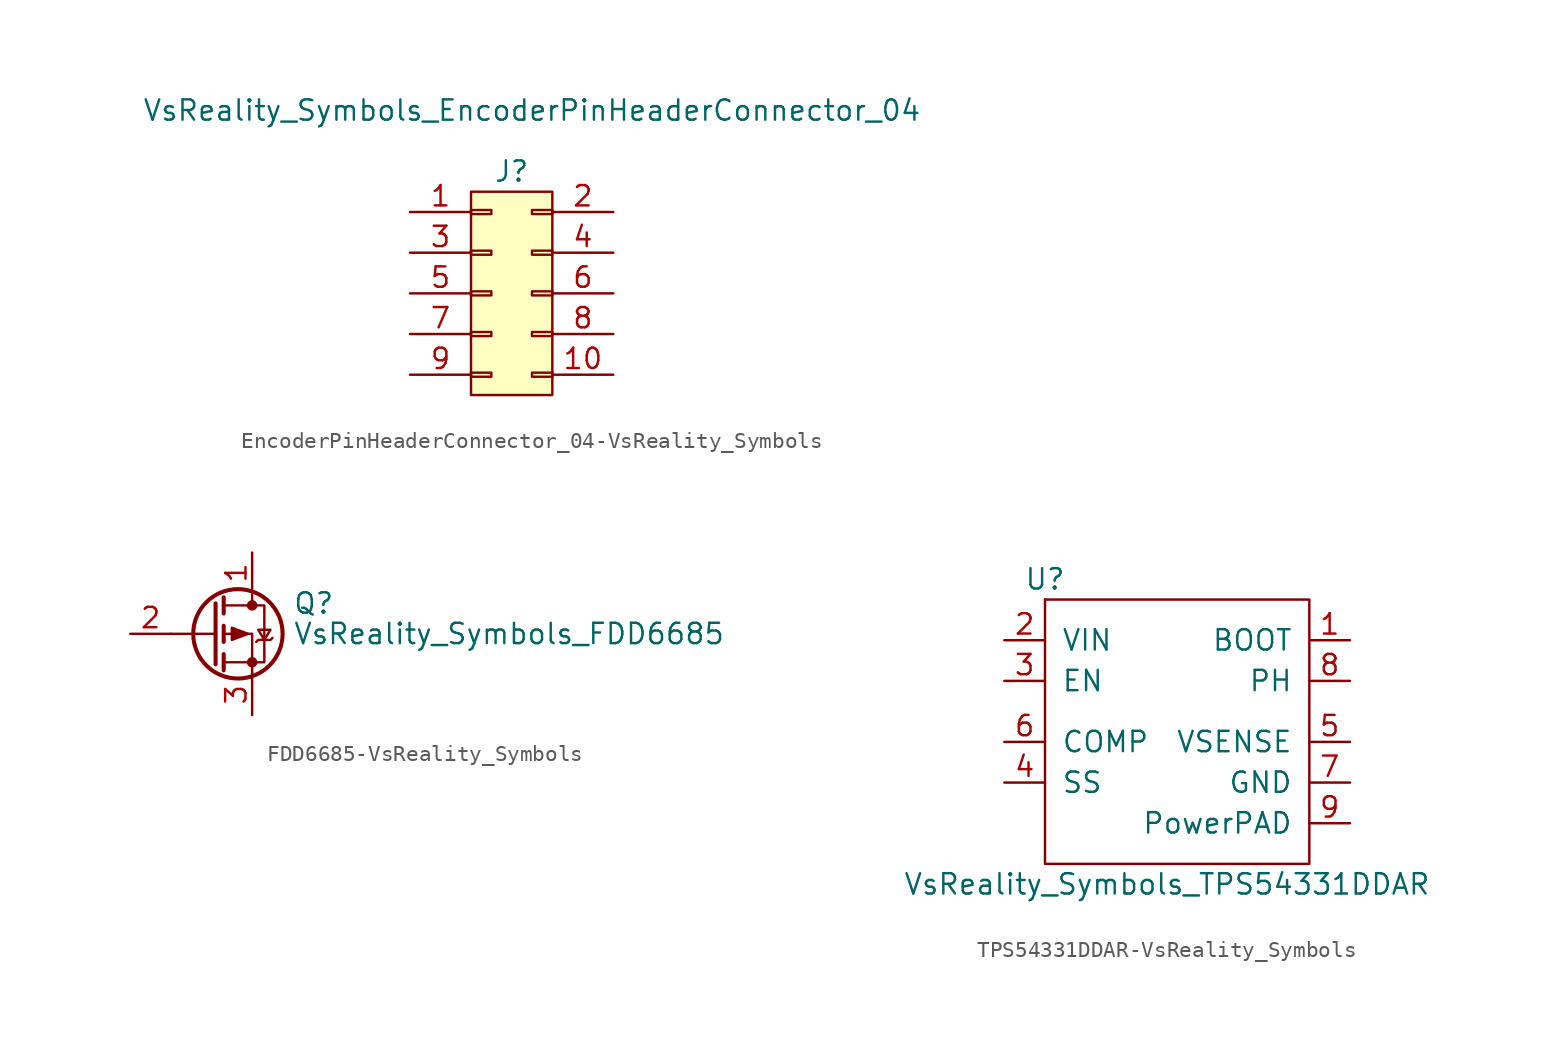
<source format=kicad_sym>
(kicad_symbol_lib
  (version 20220914)
  (generator kicad_symbol_editor)
  (symbol "EncoderPinHeaderConnector_04-VsReality_Symbols"
    (pin_names
      (offset 1.016) hide)
    (property "Reference" "J"
      (at 1.27 5.08 0)
      (effects (font (size 1.27 1.27))))
    (property "Value" "VsReality_Symbols_EncoderPinHeaderConnector_04"
      (at 2.54 8.89 0)
      (effects (font (size 1.27 1.27))))
    (symbol "EncoderPinHeaderConnector_04-VsReality_Symbols_0_1"
      (rectangle (start -1.27 3.81) (end 3.81 -8.89) (stroke (width 0) (type solid)) (fill (type background))))
    (symbol "EncoderPinHeaderConnector_04-VsReality_Symbols_1_1"
      (rectangle (start -1.27 -7.493) (end 0 -7.747) (stroke (width 0.152) (type solid)) (fill (type none)))
      (rectangle (start -1.27 -4.953) (end 0 -5.207) (stroke (width 0.152) (type solid)) (fill (type none)))
      (rectangle (start -1.27 -2.413) (end 0 -2.667) (stroke (width 0.152) (type solid)) (fill (type none)))
      (rectangle (start -1.27 0.127) (end 0 -0.127) (stroke (width 0.152) (type solid)) (fill (type none)))
      (rectangle (start -1.27 2.667) (end 0 2.413) (stroke (width 0.152) (type solid)) (fill (type none)))
      (rectangle (start 3.81 -7.493) (end 2.54 -7.747) (stroke (width 0.152) (type solid)) (fill (type none)))
      (rectangle (start 3.81 -4.953) (end 2.54 -5.207) (stroke (width 0.152) (type solid)) (fill (type none)))
      (rectangle (start 3.81 -2.413) (end 2.54 -2.667) (stroke (width 0.152) (type solid)) (fill (type none)))
      (rectangle (start 3.81 0.127) (end 2.54 -0.127) (stroke (width 0.152) (type solid)) (fill (type none)))
      (rectangle (start 3.81 2.667) (end 2.54 2.413) (stroke (width 0.152) (type solid)) (fill (type none)))
      (pin passive line (at -5.08 2.54 0) (length 3.81) (name "GND" (effects (font (size 1.27 1.27)))) (number "1" (effects (font (size 1.27 1.27)))))
      (pin passive line (at 7.62 -7.62 180) (length 3.81) (name "Pin_10" (effects (font (size 1.27 1.27)))) (number "10" (effects (font (size 1.27 1.27)))))
      (pin passive line (at 7.62 2.54 180) (length 3.81) (name "Power" (effects (font (size 1.27 1.27)))) (number "2" (effects (font (size 1.27 1.27)))))
      (pin passive line (at -5.08 0 0) (length 3.81) (name "Pin_3" (effects (font (size 1.27 1.27)))) (number "3" (effects (font (size 1.27 1.27)))))
      (pin passive line (at 7.62 0 180) (length 3.81) (name "Pin_4" (effects (font (size 1.27 1.27)))) (number "4" (effects (font (size 1.27 1.27)))))
      (pin passive line (at -5.08 -2.54 0) (length 3.81) (name "Pin_5" (effects (font (size 1.27 1.27)))) (number "5" (effects (font (size 1.27 1.27)))))
      (pin passive line (at 7.62 -2.54 180) (length 3.81) (name "Pin_6" (effects (font (size 1.27 1.27)))) (number "6" (effects (font (size 1.27 1.27)))))
      (pin passive line (at -5.08 -5.08 0) (length 3.81) (name "Pin_7" (effects (font (size 1.27 1.27)))) (number "7" (effects (font (size 1.27 1.27)))))
      (pin passive line (at 7.62 -5.08 180) (length 3.81) (name "Pin_8" (effects (font (size 1.27 1.27)))) (number "8" (effects (font (size 1.27 1.27)))))
      (pin passive line (at -5.08 -7.62 0) (length 3.81) (name "Pin_9" (effects (font (size 1.27 1.27)))) (number "9" (effects (font (size 1.27 1.27)))))))
  (symbol "FDD6685-VsReality_Symbols"
    (pin_names hide)
    (property "Reference" "Q"
      (at 5.08 1.905 0)
      (effects (font (size 1.27 1.27)) (justify left)))
    (property "Value" "VsReality_Symbols_FDD6685"
      (at 5.08 0 0)
      (effects (font (size 1.27 1.27)) (justify left)))
    (symbol "FDD6685-VsReality_Symbols_0_1"
      (polyline (pts (xy 0.254 0) (xy -2.54 0)) (stroke (width 0) (type solid)) (fill (type none)))
      (polyline (pts (xy 0.254 1.905) (xy 0.254 -1.905)) (stroke (width 0.254) (type solid)) (fill (type none)))
      (polyline (pts (xy 0.762 -1.27) (xy 0.762 -2.286)) (stroke (width 0.254) (type solid)) (fill (type none)))
      (polyline (pts (xy 0.762 0.508) (xy 0.762 -0.508)) (stroke (width 0.254) (type solid)) (fill (type none)))
      (polyline (pts (xy 0.762 2.286) (xy 0.762 1.27)) (stroke (width 0.254) (type solid)) (fill (type none)))
      (polyline (pts (xy 2.54 2.54) (xy 2.54 1.778)) (stroke (width 0) (type solid)) (fill (type none)))
      (polyline (pts (xy 2.54 -2.54) (xy 2.54 0) (xy 0.762 0)) (stroke (width 0) (type solid)) (fill (type none)))
      (polyline (pts (xy 0.762 1.778) (xy 3.302 1.778) (xy 3.302 -1.778) (xy 0.762 -1.778)) (stroke (width 0) (type solid)) (fill (type none)))
      (polyline (pts (xy 2.286 0) (xy 1.27 0.381) (xy 1.27 -0.381) (xy 2.286 0)) (stroke (width 0) (type solid)) (fill (type outline)))
      (polyline (pts (xy 2.794 -0.508) (xy 2.921 -0.381) (xy 3.683 -0.381) (xy 3.81 -0.254)) (stroke (width 0) (type solid)) (fill (type none)))
      (polyline (pts (xy 3.302 -0.381) (xy 2.921 0.254) (xy 3.683 0.254) (xy 3.302 -0.381)) (stroke (width 0) (type solid)) (fill (type none)))
      (circle (center 1.651 0) (radius 2.794) (stroke (width 0.254) (type solid)) (fill (type none)))
      (circle (center 2.54 -1.778) (radius 0.254) (stroke (width 0) (type solid)) (fill (type outline)))
      (circle (center 2.54 1.778) (radius 0.254) (stroke (width 0) (type solid)) (fill (type outline))))
    (symbol "FDD6685-VsReality_Symbols_1_1"
      (pin passive line (at 2.54 5.08 270) (length 2.54) (name "D" (effects (font (size 1.27 1.27)))) (number "1" (effects (font (size 1.27 1.27)))))
      (pin input line (at -5.08 0 0) (length 2.54) (name "G" (effects (font (size 1.27 1.27)))) (number "2" (effects (font (size 1.27 1.27)))))
      (pin passive line (at 2.54 -5.08 90) (length 2.54) (name "S" (effects (font (size 1.27 1.27)))) (number "3" (effects (font (size 1.27 1.27)))))))
  (symbol "TPS54331DDAR-VsReality_Symbols"
    (pin_names
      (offset 1.016))
    (property "Reference" "U"
      (at -5.08 7.62 0)
      (effects (font (size 1.27 1.27))))
    (property "Value" "VsReality_Symbols_TPS54331DDAR"
      (at 2.54 -11.43 0)
      (effects (font (size 1.27 1.27))))
    (symbol "TPS54331DDAR-VsReality_Symbols_0_1"
      (rectangle (start -5.08 6.35) (end -5.08 6.35) (stroke (width 0) (type solid)) (fill (type none)))
      (rectangle (start -5.08 6.35) (end 11.43 -10.16) (stroke (width 0) (type solid)) (fill (type none))))
    (symbol "TPS54331DDAR-VsReality_Symbols_1_1"
      (pin input line (at 13.97 3.81 180) (length 2.54) (name "BOOT" (effects (font (size 1.27 1.27)))) (number "1" (effects (font (size 1.27 1.27)))))
      (pin input line (at -7.62 3.81 0) (length 2.54) (name "VIN" (effects (font (size 1.27 1.27)))) (number "2" (effects (font (size 1.27 1.27)))))
      (pin input line (at -7.62 1.27 0) (length 2.54) (name "EN" (effects (font (size 1.27 1.27)))) (number "3" (effects (font (size 1.27 1.27)))))
      (pin input line (at -7.62 -5.08 0) (length 2.54) (name "SS" (effects (font (size 1.27 1.27)))) (number "4" (effects (font (size 1.27 1.27)))))
      (pin input line (at 13.97 -2.54 180) (length 2.54) (name "VSENSE" (effects (font (size 1.27 1.27)))) (number "5" (effects (font (size 1.27 1.27)))))
      (pin input line (at -7.62 -2.54 0) (length 2.54) (name "COMP" (effects (font (size 1.27 1.27)))) (number "6" (effects (font (size 1.27 1.27)))))
      (pin output line (at 13.97 -5.08 180) (length 2.54) (name "GND" (effects (font (size 1.27 1.27)))) (number "7" (effects (font (size 1.27 1.27)))))
      (pin output line (at 13.97 1.27 180) (length 2.54) (name "PH" (effects (font (size 1.27 1.27)))) (number "8" (effects (font (size 1.27 1.27)))))
      (pin output line (at 13.97 -7.62 180) (length 2.54) (name "PowerPAD" (effects (font (size 1.27 1.27)))) (number "9" (effects (font (size 1.27 1.27))))))))
</source>
